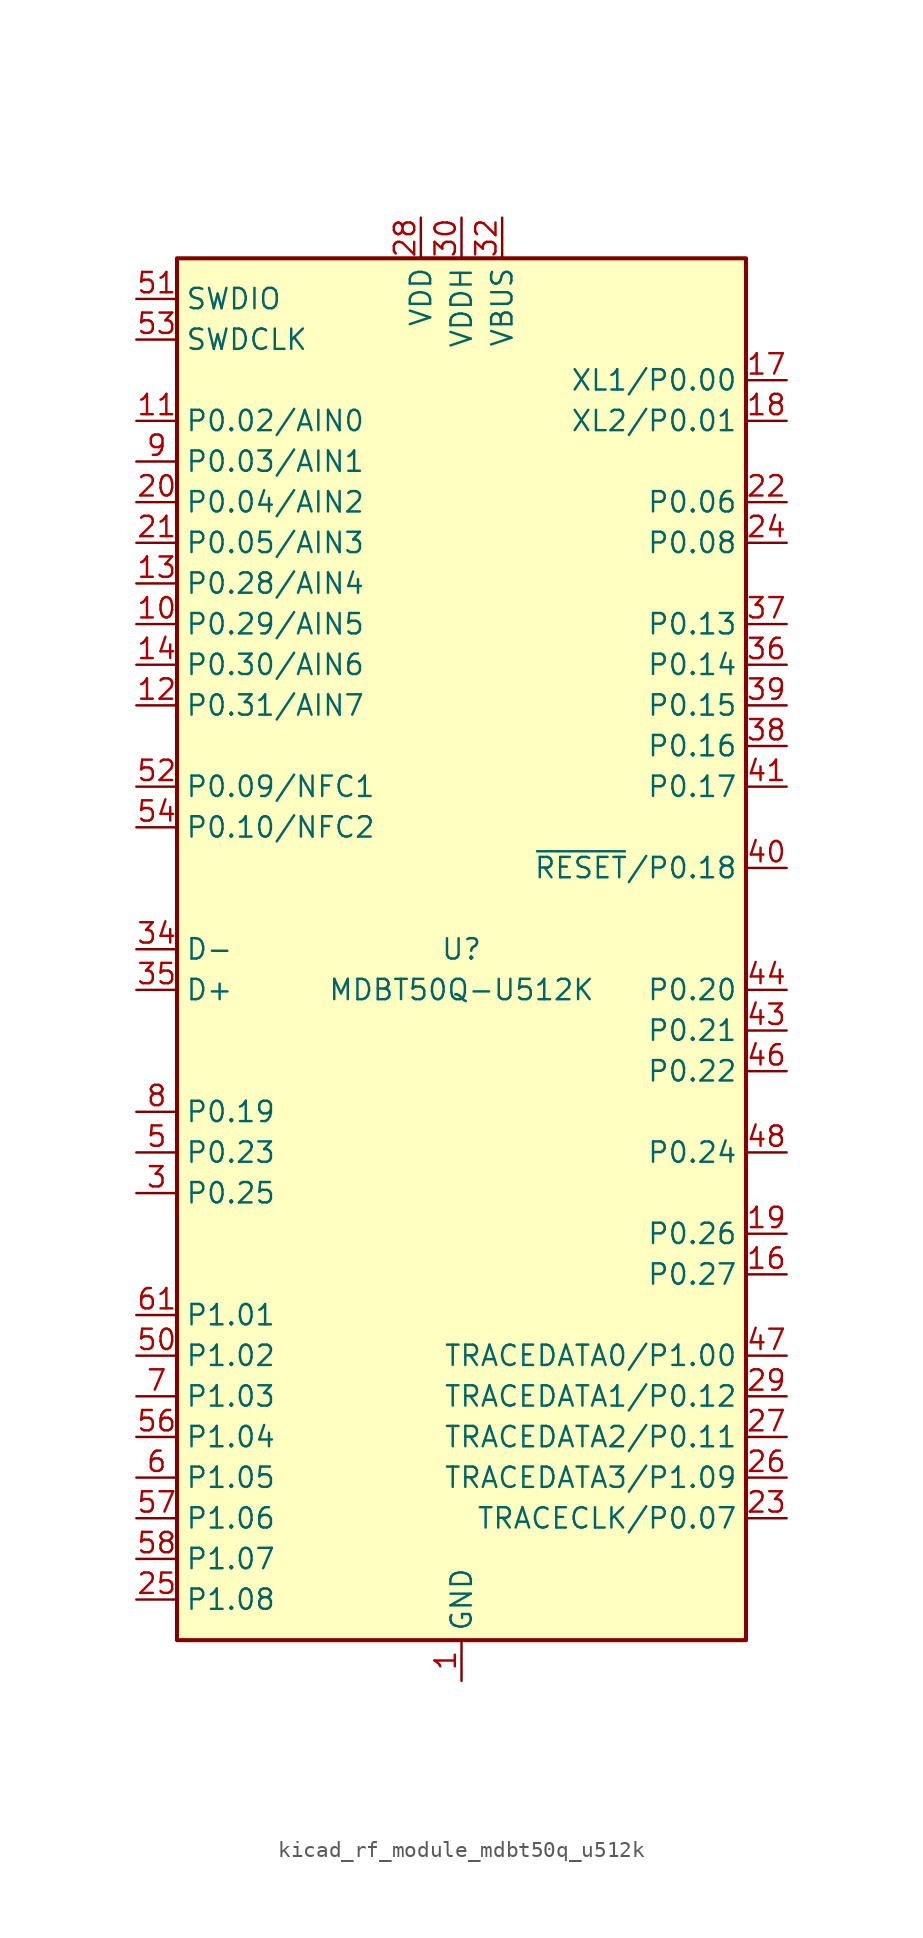
<source format=kicad_sym>
(kicad_symbol_lib
  (version 20220914)
  (generator kicad_symbol_editor)
  (symbol "kicad_rf_module_mdbt50q_u512k"
    (property "Reference" "U"
      (at 0 0 0)
      (effects (font (size 1.27 1.27))))
    (property "Value" "MDBT50Q-U512K"
      (at 0 -2.54 0)
      (effects (font (size 1.27 1.27))))
    (symbol "kicad_rf_module_mdbt50q_u512k_0_1"
      (rectangle (start -17.78 43.18) (end 17.78 -43.18) (stroke (width 0.254) (type default)) (fill (type background))))
    (symbol "kicad_rf_module_mdbt50q_u512k_1_1"
      (pin power_in line (at 0 -45.72 90) (length 2.54) (name "GND" (effects (font (size 1.27 1.27)))) (number "1" (effects (font (size 1.27 1.27)))))
      (pin bidirectional line (at -20.32 20.32 0) (length 2.54) (name "P0.29/AIN5" (effects (font (size 1.27 1.27)))) (number "10" (effects (font (size 1.27 1.27)))))
      (pin bidirectional line (at -20.32 33.02 0) (length 2.54) (name "P0.02/AIN0" (effects (font (size 1.27 1.27)))) (number "11" (effects (font (size 1.27 1.27)))))
      (pin bidirectional line (at -20.32 15.24 0) (length 2.54) (name "P0.31/AIN7" (effects (font (size 1.27 1.27)))) (number "12" (effects (font (size 1.27 1.27)))))
      (pin bidirectional line (at -20.32 22.86 0) (length 2.54) (name "P0.28/AIN4" (effects (font (size 1.27 1.27)))) (number "13" (effects (font (size 1.27 1.27)))))
      (pin bidirectional line (at -20.32 17.78 0) (length 2.54) (name "P0.30/AIN6" (effects (font (size 1.27 1.27)))) (number "14" (effects (font (size 1.27 1.27)))))
      (pin passive line (at 0 -45.72 90) (length 2.54) hide (name "GND" (effects (font (size 1.27 1.27)))) (number "15" (effects (font (size 1.27 1.27)))))
      (pin bidirectional line (at 20.32 -20.32 180) (length 2.54) (name "P0.27" (effects (font (size 1.27 1.27)))) (number "16" (effects (font (size 1.27 1.27)))))
      (pin bidirectional line (at 20.32 35.56 180) (length 2.54) (name "XL1/P0.00" (effects (font (size 1.27 1.27)))) (number "17" (effects (font (size 1.27 1.27)))))
      (pin bidirectional line (at 20.32 33.02 180) (length 2.54) (name "XL2/P0.01" (effects (font (size 1.27 1.27)))) (number "18" (effects (font (size 1.27 1.27)))))
      (pin bidirectional line (at 20.32 -17.78 180) (length 2.54) (name "P0.26" (effects (font (size 1.27 1.27)))) (number "19" (effects (font (size 1.27 1.27)))))
      (pin passive line (at 0 -45.72 90) (length 2.54) hide (name "GND" (effects (font (size 1.27 1.27)))) (number "2" (effects (font (size 1.27 1.27)))))
      (pin bidirectional line (at -20.32 27.94 0) (length 2.54) (name "P0.04/AIN2" (effects (font (size 1.27 1.27)))) (number "20" (effects (font (size 1.27 1.27)))))
      (pin bidirectional line (at -20.32 25.4 0) (length 2.54) (name "P0.05/AIN3" (effects (font (size 1.27 1.27)))) (number "21" (effects (font (size 1.27 1.27)))))
      (pin bidirectional line (at 20.32 27.94 180) (length 2.54) (name "P0.06" (effects (font (size 1.27 1.27)))) (number "22" (effects (font (size 1.27 1.27)))))
      (pin bidirectional line (at 20.32 -35.56 180) (length 2.54) (name "TRACECLK/P0.07" (effects (font (size 1.27 1.27)))) (number "23" (effects (font (size 1.27 1.27)))))
      (pin bidirectional line (at 20.32 25.4 180) (length 2.54) (name "P0.08" (effects (font (size 1.27 1.27)))) (number "24" (effects (font (size 1.27 1.27)))))
      (pin bidirectional line (at -20.32 -40.64 0) (length 2.54) (name "P1.08" (effects (font (size 1.27 1.27)))) (number "25" (effects (font (size 1.27 1.27)))))
      (pin bidirectional line (at 20.32 -33.02 180) (length 2.54) (name "TRACEDATA3/P1.09" (effects (font (size 1.27 1.27)))) (number "26" (effects (font (size 1.27 1.27)))))
      (pin bidirectional line (at 20.32 -30.48 180) (length 2.54) (name "TRACEDATA2/P0.11" (effects (font (size 1.27 1.27)))) (number "27" (effects (font (size 1.27 1.27)))))
      (pin power_in line (at -2.54 45.72 270) (length 2.54) (name "VDD" (effects (font (size 1.27 1.27)))) (number "28" (effects (font (size 1.27 1.27)))))
      (pin bidirectional line (at 20.32 -27.94 180) (length 2.54) (name "TRACEDATA1/P0.12" (effects (font (size 1.27 1.27)))) (number "29" (effects (font (size 1.27 1.27)))))
      (pin bidirectional line (at -20.32 -15.24 0) (length 2.54) (name "P0.25" (effects (font (size 1.27 1.27)))) (number "3" (effects (font (size 1.27 1.27)))))
      (pin power_in line (at 0 45.72 270) (length 2.54) (name "VDDH" (effects (font (size 1.27 1.27)))) (number "30" (effects (font (size 1.27 1.27)))))
      (pin no_connect line (at 5.08 43.18 270) (length 2.54) hide (name "NC" (effects (font (size 1.27 1.27)))) (number "31" (effects (font (size 1.27 1.27)))))
      (pin power_in line (at 2.54 45.72 270) (length 2.54) (name "VBUS" (effects (font (size 1.27 1.27)))) (number "32" (effects (font (size 1.27 1.27)))))
      (pin passive line (at 0 -45.72 90) (length 2.54) hide (name "GND" (effects (font (size 1.27 1.27)))) (number "33" (effects (font (size 1.27 1.27)))))
      (pin bidirectional line (at -20.32 0 0) (length 2.54) (name "D-" (effects (font (size 1.27 1.27)))) (number "34" (effects (font (size 1.27 1.27)))))
      (pin bidirectional line (at -20.32 -2.54 0) (length 2.54) (name "D+" (effects (font (size 1.27 1.27)))) (number "35" (effects (font (size 1.27 1.27)))))
      (pin bidirectional line (at 20.32 17.78 180) (length 2.54) (name "P0.14" (effects (font (size 1.27 1.27)))) (number "36" (effects (font (size 1.27 1.27)))))
      (pin bidirectional line (at 20.32 20.32 180) (length 2.54) (name "P0.13" (effects (font (size 1.27 1.27)))) (number "37" (effects (font (size 1.27 1.27)))))
      (pin bidirectional line (at 20.32 12.7 180) (length 2.54) (name "P0.16" (effects (font (size 1.27 1.27)))) (number "38" (effects (font (size 1.27 1.27)))))
      (pin bidirectional line (at 20.32 15.24 180) (length 2.54) (name "P0.15" (effects (font (size 1.27 1.27)))) (number "39" (effects (font (size 1.27 1.27)))))
      (pin no_connect line (at -17.78 -17.78 0) (length 2.54) hide (name "NC" (effects (font (size 1.27 1.27)))) (number "4" (effects (font (size 1.27 1.27)))))
      (pin bidirectional line (at 20.32 5.08 180) (length 2.54) (name "~{RESET}/P0.18" (effects (font (size 1.27 1.27)))) (number "40" (effects (font (size 1.27 1.27)))))
      (pin bidirectional line (at 20.32 10.16 180) (length 2.54) (name "P0.17" (effects (font (size 1.27 1.27)))) (number "41" (effects (font (size 1.27 1.27)))))
      (pin no_connect line (at 17.78 0 180) (length 2.54) hide (name "P0.19" (effects (font (size 1.27 1.27)))) (number "42" (effects (font (size 1.27 1.27)))))
      (pin bidirectional line (at 20.32 -5.08 180) (length 2.54) (name "P0.21" (effects (font (size 1.27 1.27)))) (number "43" (effects (font (size 1.27 1.27)))))
      (pin bidirectional line (at 20.32 -2.54 180) (length 2.54) (name "P0.20" (effects (font (size 1.27 1.27)))) (number "44" (effects (font (size 1.27 1.27)))))
      (pin no_connect line (at 17.78 -10.16 180) (length 2.54) hide (name "NC" (effects (font (size 1.27 1.27)))) (number "45" (effects (font (size 1.27 1.27)))))
      (pin bidirectional line (at 20.32 -7.62 180) (length 2.54) (name "P0.22" (effects (font (size 1.27 1.27)))) (number "46" (effects (font (size 1.27 1.27)))))
      (pin bidirectional line (at 20.32 -25.4 180) (length 2.54) (name "TRACEDATA0/P1.00" (effects (font (size 1.27 1.27)))) (number "47" (effects (font (size 1.27 1.27)))))
      (pin bidirectional line (at 20.32 -12.7 180) (length 2.54) (name "P0.24" (effects (font (size 1.27 1.27)))) (number "48" (effects (font (size 1.27 1.27)))))
      (pin no_connect line (at 17.78 -15.24 180) (length 2.54) hide (name "NC" (effects (font (size 1.27 1.27)))) (number "49" (effects (font (size 1.27 1.27)))))
      (pin bidirectional line (at -20.32 -12.7 0) (length 2.54) (name "P0.23" (effects (font (size 1.27 1.27)))) (number "5" (effects (font (size 1.27 1.27)))))
      (pin bidirectional line (at -20.32 -25.4 0) (length 2.54) (name "P1.02" (effects (font (size 1.27 1.27)))) (number "50" (effects (font (size 1.27 1.27)))))
      (pin bidirectional line (at -20.32 40.64 0) (length 2.54) (name "SWDIO" (effects (font (size 1.27 1.27)))) (number "51" (effects (font (size 1.27 1.27)))))
      (pin bidirectional line (at -20.32 10.16 0) (length 2.54) (name "P0.09/NFC1" (effects (font (size 1.27 1.27)))) (number "52" (effects (font (size 1.27 1.27)))))
      (pin input line (at -20.32 38.1 0) (length 2.54) (name "SWDCLK" (effects (font (size 1.27 1.27)))) (number "53" (effects (font (size 1.27 1.27)))))
      (pin bidirectional line (at -20.32 7.62 0) (length 2.54) (name "P0.10/NFC2" (effects (font (size 1.27 1.27)))) (number "54" (effects (font (size 1.27 1.27)))))
      (pin passive line (at 0 -45.72 90) (length 2.54) hide (name "GND" (effects (font (size 1.27 1.27)))) (number "55" (effects (font (size 1.27 1.27)))))
      (pin bidirectional line (at -20.32 -30.48 0) (length 2.54) (name "P1.04" (effects (font (size 1.27 1.27)))) (number "56" (effects (font (size 1.27 1.27)))))
      (pin bidirectional line (at -20.32 -35.56 0) (length 2.54) (name "P1.06" (effects (font (size 1.27 1.27)))) (number "57" (effects (font (size 1.27 1.27)))))
      (pin bidirectional line (at -20.32 -38.1 0) (length 2.54) (name "P1.07" (effects (font (size 1.27 1.27)))) (number "58" (effects (font (size 1.27 1.27)))))
      (pin no_connect line (at 17.78 38.1 180) (length 2.54) hide (name "NC" (effects (font (size 1.27 1.27)))) (number "59" (effects (font (size 1.27 1.27)))))
      (pin bidirectional line (at -20.32 -33.02 0) (length 2.54) (name "P1.05" (effects (font (size 1.27 1.27)))) (number "6" (effects (font (size 1.27 1.27)))))
      (pin no_connect line (at 17.78 40.64 180) (length 2.54) hide (name "NC" (effects (font (size 1.27 1.27)))) (number "60" (effects (font (size 1.27 1.27)))))
      (pin bidirectional line (at -20.32 -22.86 0) (length 2.54) (name "P1.01" (effects (font (size 1.27 1.27)))) (number "61" (effects (font (size 1.27 1.27)))))
      (pin bidirectional line (at -20.32 -27.94 0) (length 2.54) (name "P1.03" (effects (font (size 1.27 1.27)))) (number "7" (effects (font (size 1.27 1.27)))))
      (pin bidirectional line (at -20.32 -10.16 0) (length 2.54) (name "P0.19" (effects (font (size 1.27 1.27)))) (number "8" (effects (font (size 1.27 1.27)))))
      (pin bidirectional line (at -20.32 30.48 0) (length 2.54) (name "P0.03/AIN1" (effects (font (size 1.27 1.27)))) (number "9" (effects (font (size 1.27 1.27))))))))
</source>
